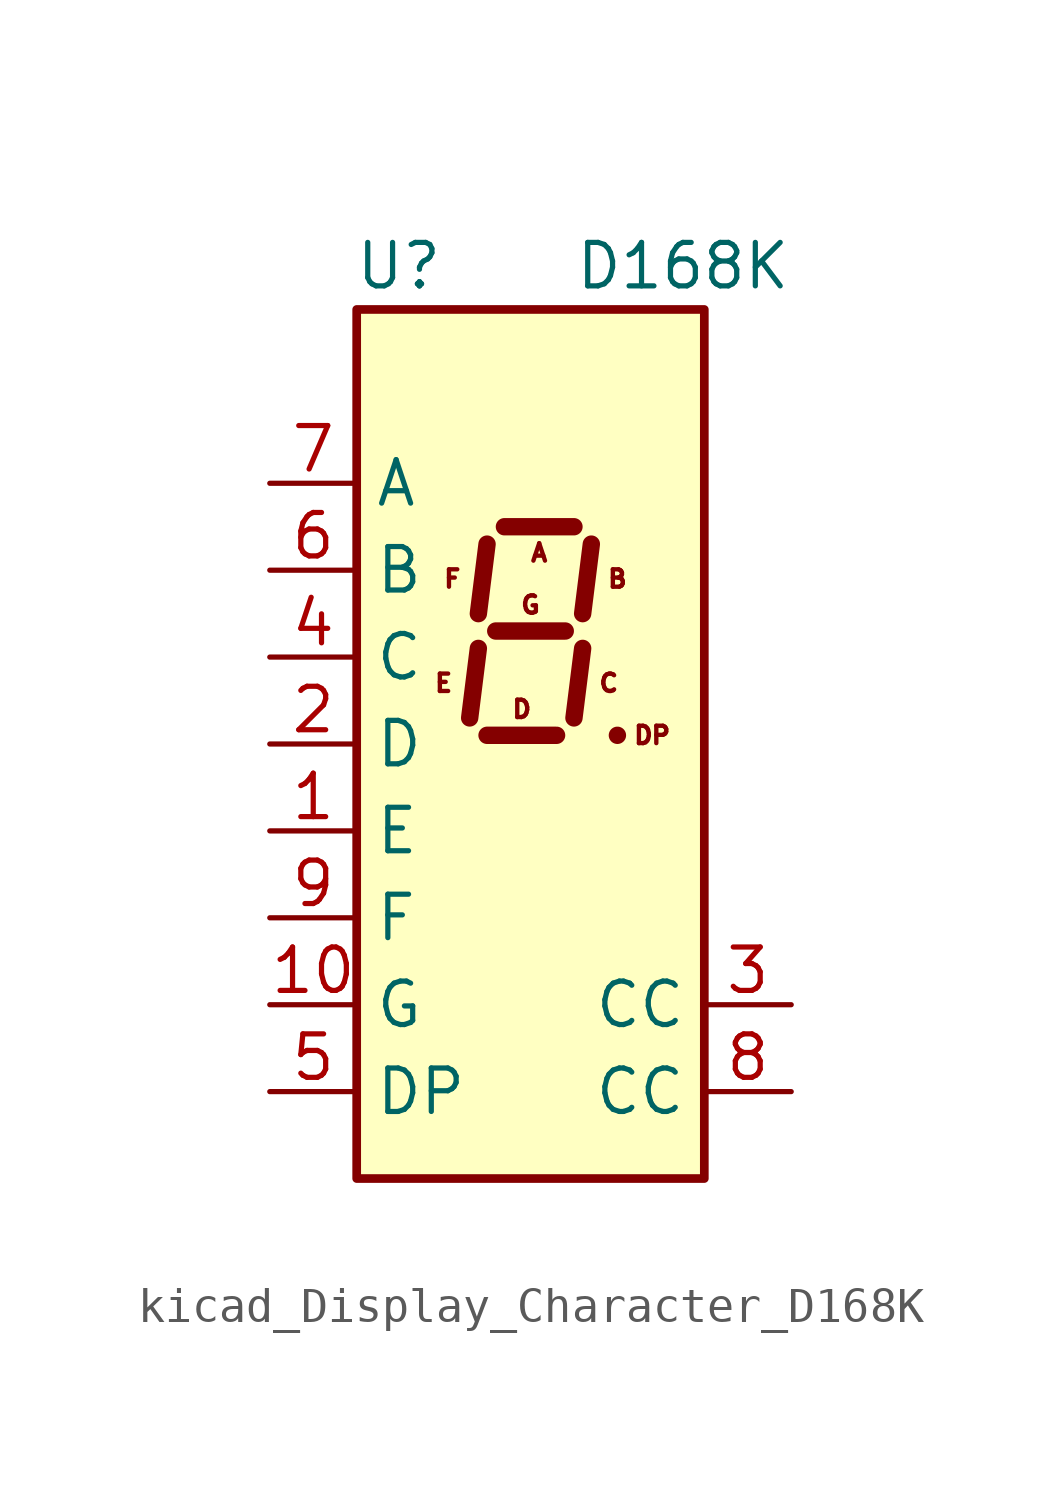
<source format=kicad_sym>
(kicad_symbol_lib
  (version 20220914)
  (generator kicad_symbol_editor)
  (symbol "kicad_Display_Character_D168K"
    (property "Reference" "U"
      (at -2.54 13.97 0)
      (effects (font (size 1.27 1.27)) (justify right)))
    (property "Value" "D168K"
      (at 1.27 13.97 0)
      (effects (font (size 1.27 1.27)) (justify left)))
    (symbol "kicad_Display_Character_D168K_0_0"
      (text "A" (at 0.254 5.588 0) (effects (font (size 0.508 0.508))))
      (text "B" (at 2.54 4.826 0) (effects (font (size 0.508 0.508))))
      (text "C" (at 2.286 1.778 0) (effects (font (size 0.508 0.508))))
      (text "D" (at -0.254 1.016 0) (effects (font (size 0.508 0.508))))
      (text "DP" (at 3.556 0.254 0) (effects (font (size 0.508 0.508))))
      (text "E" (at -2.54 1.778 0) (effects (font (size 0.508 0.508))))
      (text "F" (at -2.286 4.826 0) (effects (font (size 0.508 0.508))))
      (text "G" (at 0 4.064 0) (effects (font (size 0.508 0.508)))))
    (symbol "kicad_Display_Character_D168K_0_1"
      (rectangle (start -5.08 12.7) (end 5.08 -12.7) (stroke (width 0.254) (type default)) (fill (type background)))
      (polyline (pts (xy -1.524 2.794) (xy -1.778 0.762)) (stroke (width 0.508) (type default)) (fill (type none)))
      (polyline (pts (xy -1.27 0.254) (xy 0.762 0.254)) (stroke (width 0.508) (type default)) (fill (type none)))
      (polyline (pts (xy -1.27 5.842) (xy -1.524 3.81)) (stroke (width 0.508) (type default)) (fill (type none)))
      (polyline (pts (xy -1.016 3.302) (xy 1.016 3.302)) (stroke (width 0.508) (type default)) (fill (type none)))
      (polyline (pts (xy -0.762 6.35) (xy 1.27 6.35)) (stroke (width 0.508) (type default)) (fill (type none)))
      (polyline (pts (xy 1.524 2.794) (xy 1.27 0.762)) (stroke (width 0.508) (type default)) (fill (type none)))
      (polyline (pts (xy 1.778 5.842) (xy 1.524 3.81)) (stroke (width 0.508) (type default)) (fill (type none)))
      (polyline (pts (xy 2.54 0.254) (xy 2.54 0.254)) (stroke (width 0.508) (type default)) (fill (type none))))
    (symbol "kicad_Display_Character_D168K_1_1"
      (pin input line (at -7.62 -2.54 0) (length 2.54) (name "E" (effects (font (size 1.27 1.27)))) (number "1" (effects (font (size 1.27 1.27)))))
      (pin input line (at -7.62 -7.62 0) (length 2.54) (name "G" (effects (font (size 1.27 1.27)))) (number "10" (effects (font (size 1.27 1.27)))))
      (pin input line (at -7.62 0 0) (length 2.54) (name "D" (effects (font (size 1.27 1.27)))) (number "2" (effects (font (size 1.27 1.27)))))
      (pin input line (at 7.62 -7.62 180) (length 2.54) (name "CC" (effects (font (size 1.27 1.27)))) (number "3" (effects (font (size 1.27 1.27)))))
      (pin input line (at -7.62 2.54 0) (length 2.54) (name "C" (effects (font (size 1.27 1.27)))) (number "4" (effects (font (size 1.27 1.27)))))
      (pin input line (at -7.62 -10.16 0) (length 2.54) (name "DP" (effects (font (size 1.27 1.27)))) (number "5" (effects (font (size 1.27 1.27)))))
      (pin input line (at -7.62 5.08 0) (length 2.54) (name "B" (effects (font (size 1.27 1.27)))) (number "6" (effects (font (size 1.27 1.27)))))
      (pin input line (at -7.62 7.62 0) (length 2.54) (name "A" (effects (font (size 1.27 1.27)))) (number "7" (effects (font (size 1.27 1.27)))))
      (pin input line (at 7.62 -10.16 180) (length 2.54) (name "CC" (effects (font (size 1.27 1.27)))) (number "8" (effects (font (size 1.27 1.27)))))
      (pin input line (at -7.62 -5.08 0) (length 2.54) (name "F" (effects (font (size 1.27 1.27)))) (number "9" (effects (font (size 1.27 1.27))))))))
</source>
